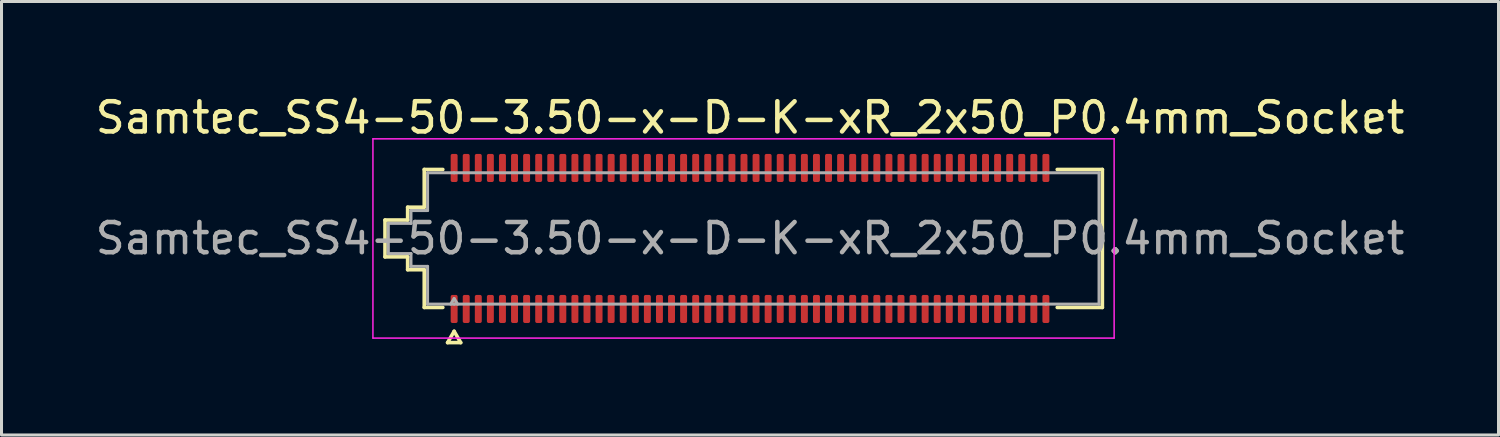
<source format=kicad_pcb>
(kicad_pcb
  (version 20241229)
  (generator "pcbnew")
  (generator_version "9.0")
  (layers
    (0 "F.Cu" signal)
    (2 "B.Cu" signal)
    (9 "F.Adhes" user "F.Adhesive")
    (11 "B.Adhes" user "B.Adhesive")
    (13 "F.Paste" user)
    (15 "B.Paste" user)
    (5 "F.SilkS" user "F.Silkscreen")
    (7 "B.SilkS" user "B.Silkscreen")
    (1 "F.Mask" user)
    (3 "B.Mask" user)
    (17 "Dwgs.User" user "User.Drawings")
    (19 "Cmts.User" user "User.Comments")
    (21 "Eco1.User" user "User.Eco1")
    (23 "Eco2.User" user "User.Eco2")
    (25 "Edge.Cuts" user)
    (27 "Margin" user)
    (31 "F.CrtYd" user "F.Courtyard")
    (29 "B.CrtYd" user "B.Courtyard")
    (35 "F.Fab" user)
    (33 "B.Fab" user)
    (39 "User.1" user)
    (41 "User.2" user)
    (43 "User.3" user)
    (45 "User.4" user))
  (footprint "Samtec_SS4-50-3.50-x-D-K-xR_2x50_P0.4mm_Socket"
    (layer "F.Cu")
    (at 21.792 4.848)
    (property "Reference" "Samtec_SS4-50-3.50-x-D-K-xR_2x50_P0.4mm_Socket" (at 0 -4 0) (layer "F.SilkS") (effects (font (size 1 1) (thickness 0.15))))
    (attr smd)
    (fp_line (start -12.09 -0.61) (end -11.34 -0.61) (stroke (width 0.12) (type solid)) (layer "F.SilkS"))
    (fp_line (start -12.09 0.61) (end -12.09 -0.61) (stroke (width 0.12) (type solid)) (layer "F.SilkS"))
    (fp_line (start -11.34 -1.035) (end -10.79 -1.035) (stroke (width 0.12) (type solid)) (layer "F.SilkS"))
    (fp_line (start -11.34 -0.61) (end -11.34 -1.035) (stroke (width 0.12) (type solid)) (layer "F.SilkS"))
    (fp_line (start -11.34 0.61) (end -12.09 0.61) (stroke (width 0.12) (type solid)) (layer "F.SilkS"))
    (fp_line (start -11.34 1.035) (end -11.34 0.61) (stroke (width 0.12) (type solid)) (layer "F.SilkS"))
    (fp_line (start -10.79 -2.285) (end -10.175 -2.285) (stroke (width 0.12) (type solid)) (layer "F.SilkS"))
    (fp_line (start -10.79 -1.035) (end -10.79 -2.285) (stroke (width 0.12) (type solid)) (layer "F.SilkS"))
    (fp_line (start -10.79 1.035) (end -11.34 1.035) (stroke (width 0.12) (type solid)) (layer "F.SilkS"))
    (fp_line (start -10.79 2.285) (end -10.79 1.035) (stroke (width 0.12) (type solid)) (layer "F.SilkS"))
    (fp_line (start -10.175 2.285) (end -10.79 2.285) (stroke (width 0.12) (type solid)) (layer "F.SilkS"))
    (fp_line (start -10.017 3.45) (end -9.8 3.075) (stroke (width 0.12) (type solid)) (layer "F.SilkS"))
    (fp_line (start -9.8 3.075) (end -9.583 3.45) (stroke (width 0.12) (type solid)) (layer "F.SilkS"))
    (fp_line (start -9.583 3.45) (end -10.017 3.45) (stroke (width 0.12) (type solid)) (layer "F.SilkS"))
    (fp_line (start 10.175 -2.285) (end 11.67 -2.285) (stroke (width 0.12) (type solid)) (layer "F.SilkS"))
    (fp_line (start 11.67 -2.285) (end 11.67 2.285) (stroke (width 0.12) (type solid)) (layer "F.SilkS"))
    (fp_line (start 11.67 2.285) (end 10.175 2.285) (stroke (width 0.12) (type solid)) (layer "F.SilkS"))
    (fp_line (start -12.49 -3.3) (end -12.49 3.3) (stroke (width 0.05) (type solid)) (layer "F.CrtYd"))
    (fp_line (start -12.49 3.3) (end 12.06 3.3) (stroke (width 0.05) (type solid)) (layer "F.CrtYd"))
    (fp_line (start 12.06 -3.3) (end -12.49 -3.3) (stroke (width 0.05) (type solid)) (layer "F.CrtYd"))
    (fp_line (start 12.06 3.3) (end 12.06 -3.3) (stroke (width 0.05) (type solid)) (layer "F.CrtYd"))
    (fp_line (start -11.98 -0.5) (end -11.23 -0.5) (stroke (width 0.1) (type solid)) (layer "F.Fab"))
    (fp_line (start -11.98 0.5) (end -11.98 -0.5) (stroke (width 0.1) (type solid)) (layer "F.Fab"))
    (fp_line (start -11.23 -0.925) (end -10.68 -0.925) (stroke (width 0.1) (type solid)) (layer "F.Fab"))
    (fp_line (start -11.23 -0.5) (end -11.23 -0.925) (stroke (width 0.1) (type solid)) (layer "F.Fab"))
    (fp_line (start -11.23 0.5) (end -11.98 0.5) (stroke (width 0.1) (type solid)) (layer "F.Fab"))
    (fp_line (start -11.23 0.925) (end -11.23 0.5) (stroke (width 0.1) (type solid)) (layer "F.Fab"))
    (fp_line (start -10.68 -2.175) (end -9.8 -2.175) (stroke (width 0.1) (type solid)) (layer "F.Fab"))
    (fp_line (start -10.68 -0.925) (end -10.68 -2.175) (stroke (width 0.1) (type solid)) (layer "F.Fab"))
    (fp_line (start -10.68 0.925) (end -11.23 0.925) (stroke (width 0.1) (type solid)) (layer "F.Fab"))
    (fp_line (start -10.68 2.175) (end -10.68 0.925) (stroke (width 0.1) (type solid)) (layer "F.Fab"))
    (fp_line (start -9.8 -2.175) (end 9.8 -2.175) (stroke (width 0.1) (type solid)) (layer "F.Fab"))
    (fp_line (start -9.8 1.991) (end -9.915 2.175) (stroke (width 0.1) (type solid)) (layer "F.Fab"))
    (fp_line (start -9.8 1.991) (end -9.685 2.175) (stroke (width 0.1) (type solid)) (layer "F.Fab"))
    (fp_line (start -9.8 2.175) (end -10.68 2.175) (stroke (width 0.1) (type solid)) (layer "F.Fab"))
    (fp_line (start 9.8 -2.175) (end 11.56 -2.175) (stroke (width 0.1) (type solid)) (layer "F.Fab"))
    (fp_line (start 9.8 2.175) (end -9.8 2.175) (stroke (width 0.1) (type solid)) (layer "F.Fab"))
    (fp_line (start 11.56 -2.175) (end 11.56 2.175) (stroke (width 0.1) (type solid)) (layer "F.Fab"))
    (fp_line (start 11.56 2.175) (end 9.8 2.175) (stroke (width 0.1) (type solid)) (layer "F.Fab"))
    (fp_text user "${REFERENCE}" (at 0 0 0) (layer "F.Fab") (effects (font (size 1 1) (thickness 0.15))))
    (pad "1" smd roundrect (at -9.8 2.335) (size 0.23 0.93) (layers "F.Cu" "F.Mask" "F.Paste") (roundrect_rratio 0.25))
    (pad "2" smd roundrect (at -9.8 -2.335) (size 0.23 0.93) (layers "F.Cu" "F.Mask" "F.Paste") (roundrect_rratio 0.25))
    (pad "3" smd roundrect (at -9.4 2.335) (size 0.23 0.93) (layers "F.Cu" "F.Mask" "F.Paste") (roundrect_rratio 0.25))
    (pad "4" smd roundrect (at -9.4 -2.335) (size 0.23 0.93) (layers "F.Cu" "F.Mask" "F.Paste") (roundrect_rratio 0.25))
    (pad "5" smd roundrect (at -9 2.335) (size 0.23 0.93) (layers "F.Cu" "F.Mask" "F.Paste") (roundrect_rratio 0.25))
    (pad "6" smd roundrect (at -9 -2.335) (size 0.23 0.93) (layers "F.Cu" "F.Mask" "F.Paste") (roundrect_rratio 0.25))
    (pad "7" smd roundrect (at -8.6 2.335) (size 0.23 0.93) (layers "F.Cu" "F.Mask" "F.Paste") (roundrect_rratio 0.25))
    (pad "8" smd roundrect (at -8.6 -2.335) (size 0.23 0.93) (layers "F.Cu" "F.Mask" "F.Paste") (roundrect_rratio 0.25))
    (pad "9" smd roundrect (at -8.2 2.335) (size 0.23 0.93) (layers "F.Cu" "F.Mask" "F.Paste") (roundrect_rratio 0.25))
    (pad "10" smd roundrect (at -8.2 -2.335) (size 0.23 0.93) (layers "F.Cu" "F.Mask" "F.Paste") (roundrect_rratio 0.25))
    (pad "11" smd roundrect (at -7.8 2.335) (size 0.23 0.93) (layers "F.Cu" "F.Mask" "F.Paste") (roundrect_rratio 0.25))
    (pad "12" smd roundrect (at -7.8 -2.335) (size 0.23 0.93) (layers "F.Cu" "F.Mask" "F.Paste") (roundrect_rratio 0.25))
    (pad "13" smd roundrect (at -7.4 2.335) (size 0.23 0.93) (layers "F.Cu" "F.Mask" "F.Paste") (roundrect_rratio 0.25))
    (pad "14" smd roundrect (at -7.4 -2.335) (size 0.23 0.93) (layers "F.Cu" "F.Mask" "F.Paste") (roundrect_rratio 0.25))
    (pad "15" smd roundrect (at -7 2.335) (size 0.23 0.93) (layers "F.Cu" "F.Mask" "F.Paste") (roundrect_rratio 0.25))
    (pad "16" smd roundrect (at -7 -2.335) (size 0.23 0.93) (layers "F.Cu" "F.Mask" "F.Paste") (roundrect_rratio 0.25))
    (pad "17" smd roundrect (at -6.6 2.335) (size 0.23 0.93) (layers "F.Cu" "F.Mask" "F.Paste") (roundrect_rratio 0.25))
    (pad "18" smd roundrect (at -6.6 -2.335) (size 0.23 0.93) (layers "F.Cu" "F.Mask" "F.Paste") (roundrect_rratio 0.25))
    (pad "19" smd roundrect (at -6.2 2.335) (size 0.23 0.93) (layers "F.Cu" "F.Mask" "F.Paste") (roundrect_rratio 0.25))
    (pad "20" smd roundrect (at -6.2 -2.335) (size 0.23 0.93) (layers "F.Cu" "F.Mask" "F.Paste") (roundrect_rratio 0.25))
    (pad "21" smd roundrect (at -5.8 2.335) (size 0.23 0.93) (layers "F.Cu" "F.Mask" "F.Paste") (roundrect_rratio 0.25))
    (pad "22" smd roundrect (at -5.8 -2.335) (size 0.23 0.93) (layers "F.Cu" "F.Mask" "F.Paste") (roundrect_rratio 0.25))
    (pad "23" smd roundrect (at -5.4 2.335) (size 0.23 0.93) (layers "F.Cu" "F.Mask" "F.Paste") (roundrect_rratio 0.25))
    (pad "24" smd roundrect (at -5.4 -2.335) (size 0.23 0.93) (layers "F.Cu" "F.Mask" "F.Paste") (roundrect_rratio 0.25))
    (pad "25" smd roundrect (at -5 2.335) (size 0.23 0.93) (layers "F.Cu" "F.Mask" "F.Paste") (roundrect_rratio 0.25))
    (pad "26" smd roundrect (at -5 -2.335) (size 0.23 0.93) (layers "F.Cu" "F.Mask" "F.Paste") (roundrect_rratio 0.25))
    (pad "27" smd roundrect (at -4.6 2.335) (size 0.23 0.93) (layers "F.Cu" "F.Mask" "F.Paste") (roundrect_rratio 0.25))
    (pad "28" smd roundrect (at -4.6 -2.335) (size 0.23 0.93) (layers "F.Cu" "F.Mask" "F.Paste") (roundrect_rratio 0.25))
    (pad "29" smd roundrect (at -4.2 2.335) (size 0.23 0.93) (layers "F.Cu" "F.Mask" "F.Paste") (roundrect_rratio 0.25))
    (pad "30" smd roundrect (at -4.2 -2.335) (size 0.23 0.93) (layers "F.Cu" "F.Mask" "F.Paste") (roundrect_rratio 0.25))
    (pad "31" smd roundrect (at -3.8 2.335) (size 0.23 0.93) (layers "F.Cu" "F.Mask" "F.Paste") (roundrect_rratio 0.25))
    (pad "32" smd roundrect (at -3.8 -2.335) (size 0.23 0.93) (layers "F.Cu" "F.Mask" "F.Paste") (roundrect_rratio 0.25))
    (pad "33" smd roundrect (at -3.4 2.335) (size 0.23 0.93) (layers "F.Cu" "F.Mask" "F.Paste") (roundrect_rratio 0.25))
    (pad "34" smd roundrect (at -3.4 -2.335) (size 0.23 0.93) (layers "F.Cu" "F.Mask" "F.Paste") (roundrect_rratio 0.25))
    (pad "35" smd roundrect (at -3 2.335) (size 0.23 0.93) (layers "F.Cu" "F.Mask" "F.Paste") (roundrect_rratio 0.25))
    (pad "36" smd roundrect (at -3 -2.335) (size 0.23 0.93) (layers "F.Cu" "F.Mask" "F.Paste") (roundrect_rratio 0.25))
    (pad "37" smd roundrect (at -2.6 2.335) (size 0.23 0.93) (layers "F.Cu" "F.Mask" "F.Paste") (roundrect_rratio 0.25))
    (pad "38" smd roundrect (at -2.6 -2.335) (size 0.23 0.93) (layers "F.Cu" "F.Mask" "F.Paste") (roundrect_rratio 0.25))
    (pad "39" smd roundrect (at -2.2 2.335) (size 0.23 0.93) (layers "F.Cu" "F.Mask" "F.Paste") (roundrect_rratio 0.25))
    (pad "40" smd roundrect (at -2.2 -2.335) (size 0.23 0.93) (layers "F.Cu" "F.Mask" "F.Paste") (roundrect_rratio 0.25))
    (pad "41" smd roundrect (at -1.8 2.335) (size 0.23 0.93) (layers "F.Cu" "F.Mask" "F.Paste") (roundrect_rratio 0.25))
    (pad "42" smd roundrect (at -1.8 -2.335) (size 0.23 0.93) (layers "F.Cu" "F.Mask" "F.Paste") (roundrect_rratio 0.25))
    (pad "43" smd roundrect (at -1.4 2.335) (size 0.23 0.93) (layers "F.Cu" "F.Mask" "F.Paste") (roundrect_rratio 0.25))
    (pad "44" smd roundrect (at -1.4 -2.335) (size 0.23 0.93) (layers "F.Cu" "F.Mask" "F.Paste") (roundrect_rratio 0.25))
    (pad "45" smd roundrect (at -1 2.335) (size 0.23 0.93) (layers "F.Cu" "F.Mask" "F.Paste") (roundrect_rratio 0.25))
    (pad "46" smd roundrect (at -1 -2.335) (size 0.23 0.93) (layers "F.Cu" "F.Mask" "F.Paste") (roundrect_rratio 0.25))
    (pad "47" smd roundrect (at -0.6 2.335) (size 0.23 0.93) (layers "F.Cu" "F.Mask" "F.Paste") (roundrect_rratio 0.25))
    (pad "48" smd roundrect (at -0.6 -2.335) (size 0.23 0.93) (layers "F.Cu" "F.Mask" "F.Paste") (roundrect_rratio 0.25))
    (pad "49" smd roundrect (at -0.2 2.335) (size 0.23 0.93) (layers "F.Cu" "F.Mask" "F.Paste") (roundrect_rratio 0.25))
    (pad "50" smd roundrect (at -0.2 -2.335) (size 0.23 0.93) (layers "F.Cu" "F.Mask" "F.Paste") (roundrect_rratio 0.25))
    (pad "51" smd roundrect (at 0.2 2.335) (size 0.23 0.93) (layers "F.Cu" "F.Mask" "F.Paste") (roundrect_rratio 0.25))
    (pad "52" smd roundrect (at 0.2 -2.335) (size 0.23 0.93) (layers "F.Cu" "F.Mask" "F.Paste") (roundrect_rratio 0.25))
    (pad "53" smd roundrect (at 0.6 2.335) (size 0.23 0.93) (layers "F.Cu" "F.Mask" "F.Paste") (roundrect_rratio 0.25))
    (pad "54" smd roundrect (at 0.6 -2.335) (size 0.23 0.93) (layers "F.Cu" "F.Mask" "F.Paste") (roundrect_rratio 0.25))
    (pad "55" smd roundrect (at 1 2.335) (size 0.23 0.93) (layers "F.Cu" "F.Mask" "F.Paste") (roundrect_rratio 0.25))
    (pad "56" smd roundrect (at 1 -2.335) (size 0.23 0.93) (layers "F.Cu" "F.Mask" "F.Paste") (roundrect_rratio 0.25))
    (pad "57" smd roundrect (at 1.4 2.335) (size 0.23 0.93) (layers "F.Cu" "F.Mask" "F.Paste") (roundrect_rratio 0.25))
    (pad "58" smd roundrect (at 1.4 -2.335) (size 0.23 0.93) (layers "F.Cu" "F.Mask" "F.Paste") (roundrect_rratio 0.25))
    (pad "59" smd roundrect (at 1.8 2.335) (size 0.23 0.93) (layers "F.Cu" "F.Mask" "F.Paste") (roundrect_rratio 0.25))
    (pad "60" smd roundrect (at 1.8 -2.335) (size 0.23 0.93) (layers "F.Cu" "F.Mask" "F.Paste") (roundrect_rratio 0.25))
    (pad "61" smd roundrect (at 2.2 2.335) (size 0.23 0.93) (layers "F.Cu" "F.Mask" "F.Paste") (roundrect_rratio 0.25))
    (pad "62" smd roundrect (at 2.2 -2.335) (size 0.23 0.93) (layers "F.Cu" "F.Mask" "F.Paste") (roundrect_rratio 0.25))
    (pad "63" smd roundrect (at 2.6 2.335) (size 0.23 0.93) (layers "F.Cu" "F.Mask" "F.Paste") (roundrect_rratio 0.25))
    (pad "64" smd roundrect (at 2.6 -2.335) (size 0.23 0.93) (layers "F.Cu" "F.Mask" "F.Paste") (roundrect_rratio 0.25))
    (pad "65" smd roundrect (at 3 2.335) (size 0.23 0.93) (layers "F.Cu" "F.Mask" "F.Paste") (roundrect_rratio 0.25))
    (pad "66" smd roundrect (at 3 -2.335) (size 0.23 0.93) (layers "F.Cu" "F.Mask" "F.Paste") (roundrect_rratio 0.25))
    (pad "67" smd roundrect (at 3.4 2.335) (size 0.23 0.93) (layers "F.Cu" "F.Mask" "F.Paste") (roundrect_rratio 0.25))
    (pad "68" smd roundrect (at 3.4 -2.335) (size 0.23 0.93) (layers "F.Cu" "F.Mask" "F.Paste") (roundrect_rratio 0.25))
    (pad "69" smd roundrect (at 3.8 2.335) (size 0.23 0.93) (layers "F.Cu" "F.Mask" "F.Paste") (roundrect_rratio 0.25))
    (pad "70" smd roundrect (at 3.8 -2.335) (size 0.23 0.93) (layers "F.Cu" "F.Mask" "F.Paste") (roundrect_rratio 0.25))
    (pad "71" smd roundrect (at 4.2 2.335) (size 0.23 0.93) (layers "F.Cu" "F.Mask" "F.Paste") (roundrect_rratio 0.25))
    (pad "72" smd roundrect (at 4.2 -2.335) (size 0.23 0.93) (layers "F.Cu" "F.Mask" "F.Paste") (roundrect_rratio 0.25))
    (pad "73" smd roundrect (at 4.6 2.335) (size 0.23 0.93) (layers "F.Cu" "F.Mask" "F.Paste") (roundrect_rratio 0.25))
    (pad "74" smd roundrect (at 4.6 -2.335) (size 0.23 0.93) (layers "F.Cu" "F.Mask" "F.Paste") (roundrect_rratio 0.25))
    (pad "75" smd roundrect (at 5 2.335) (size 0.23 0.93) (layers "F.Cu" "F.Mask" "F.Paste") (roundrect_rratio 0.25))
    (pad "76" smd roundrect (at 5 -2.335) (size 0.23 0.93) (layers "F.Cu" "F.Mask" "F.Paste") (roundrect_rratio 0.25))
    (pad "77" smd roundrect (at 5.4 2.335) (size 0.23 0.93) (layers "F.Cu" "F.Mask" "F.Paste") (roundrect_rratio 0.25))
    (pad "78" smd roundrect (at 5.4 -2.335) (size 0.23 0.93) (layers "F.Cu" "F.Mask" "F.Paste") (roundrect_rratio 0.25))
    (pad "79" smd roundrect (at 5.8 2.335) (size 0.23 0.93) (layers "F.Cu" "F.Mask" "F.Paste") (roundrect_rratio 0.25))
    (pad "80" smd roundrect (at 5.8 -2.335) (size 0.23 0.93) (layers "F.Cu" "F.Mask" "F.Paste") (roundrect_rratio 0.25))
    (pad "81" smd roundrect (at 6.2 2.335) (size 0.23 0.93) (layers "F.Cu" "F.Mask" "F.Paste") (roundrect_rratio 0.25))
    (pad "82" smd roundrect (at 6.2 -2.335) (size 0.23 0.93) (layers "F.Cu" "F.Mask" "F.Paste") (roundrect_rratio 0.25))
    (pad "83" smd roundrect (at 6.6 2.335) (size 0.23 0.93) (layers "F.Cu" "F.Mask" "F.Paste") (roundrect_rratio 0.25))
    (pad "84" smd roundrect (at 6.6 -2.335) (size 0.23 0.93) (layers "F.Cu" "F.Mask" "F.Paste") (roundrect_rratio 0.25))
    (pad "85" smd roundrect (at 7 2.335) (size 0.23 0.93) (layers "F.Cu" "F.Mask" "F.Paste") (roundrect_rratio 0.25))
    (pad "86" smd roundrect (at 7 -2.335) (size 0.23 0.93) (layers "F.Cu" "F.Mask" "F.Paste") (roundrect_rratio 0.25))
    (pad "87" smd roundrect (at 7.4 2.335) (size 0.23 0.93) (layers "F.Cu" "F.Mask" "F.Paste") (roundrect_rratio 0.25))
    (pad "88" smd roundrect (at 7.4 -2.335) (size 0.23 0.93) (layers "F.Cu" "F.Mask" "F.Paste") (roundrect_rratio 0.25))
    (pad "89" smd roundrect (at 7.8 2.335) (size 0.23 0.93) (layers "F.Cu" "F.Mask" "F.Paste") (roundrect_rratio 0.25))
    (pad "90" smd roundrect (at 7.8 -2.335) (size 0.23 0.93) (layers "F.Cu" "F.Mask" "F.Paste") (roundrect_rratio 0.25))
    (pad "91" smd roundrect (at 8.2 2.335) (size 0.23 0.93) (layers "F.Cu" "F.Mask" "F.Paste") (roundrect_rratio 0.25))
    (pad "92" smd roundrect (at 8.2 -2.335) (size 0.23 0.93) (layers "F.Cu" "F.Mask" "F.Paste") (roundrect_rratio 0.25))
    (pad "93" smd roundrect (at 8.6 2.335) (size 0.23 0.93) (layers "F.Cu" "F.Mask" "F.Paste") (roundrect_rratio 0.25))
    (pad "94" smd roundrect (at 8.6 -2.335) (size 0.23 0.93) (layers "F.Cu" "F.Mask" "F.Paste") (roundrect_rratio 0.25))
    (pad "95" smd roundrect (at 9 2.335) (size 0.23 0.93) (layers "F.Cu" "F.Mask" "F.Paste") (roundrect_rratio 0.25))
    (pad "96" smd roundrect (at 9 -2.335) (size 0.23 0.93) (layers "F.Cu" "F.Mask" "F.Paste") (roundrect_rratio 0.25))
    (pad "97" smd roundrect (at 9.4 2.335) (size 0.23 0.93) (layers "F.Cu" "F.Mask" "F.Paste") (roundrect_rratio 0.25))
    (pad "98" smd roundrect (at 9.4 -2.335) (size 0.23 0.93) (layers "F.Cu" "F.Mask" "F.Paste") (roundrect_rratio 0.25))
    (pad "99" smd roundrect (at 9.8 2.335) (size 0.23 0.93) (layers "F.Cu" "F.Mask" "F.Paste") (roundrect_rratio 0.25))
    (pad "100" smd roundrect (at 9.8 -2.335) (size 0.23 0.93) (layers "F.Cu" "F.Mask" "F.Paste") (roundrect_rratio 0.25)))
  (gr_rect
    (start -3 -3)
    (end 46.583 11.358)
    (stroke (width 0.1) (type default))
    (fill no)
    (layer "Edge.Cuts")))
</source>
